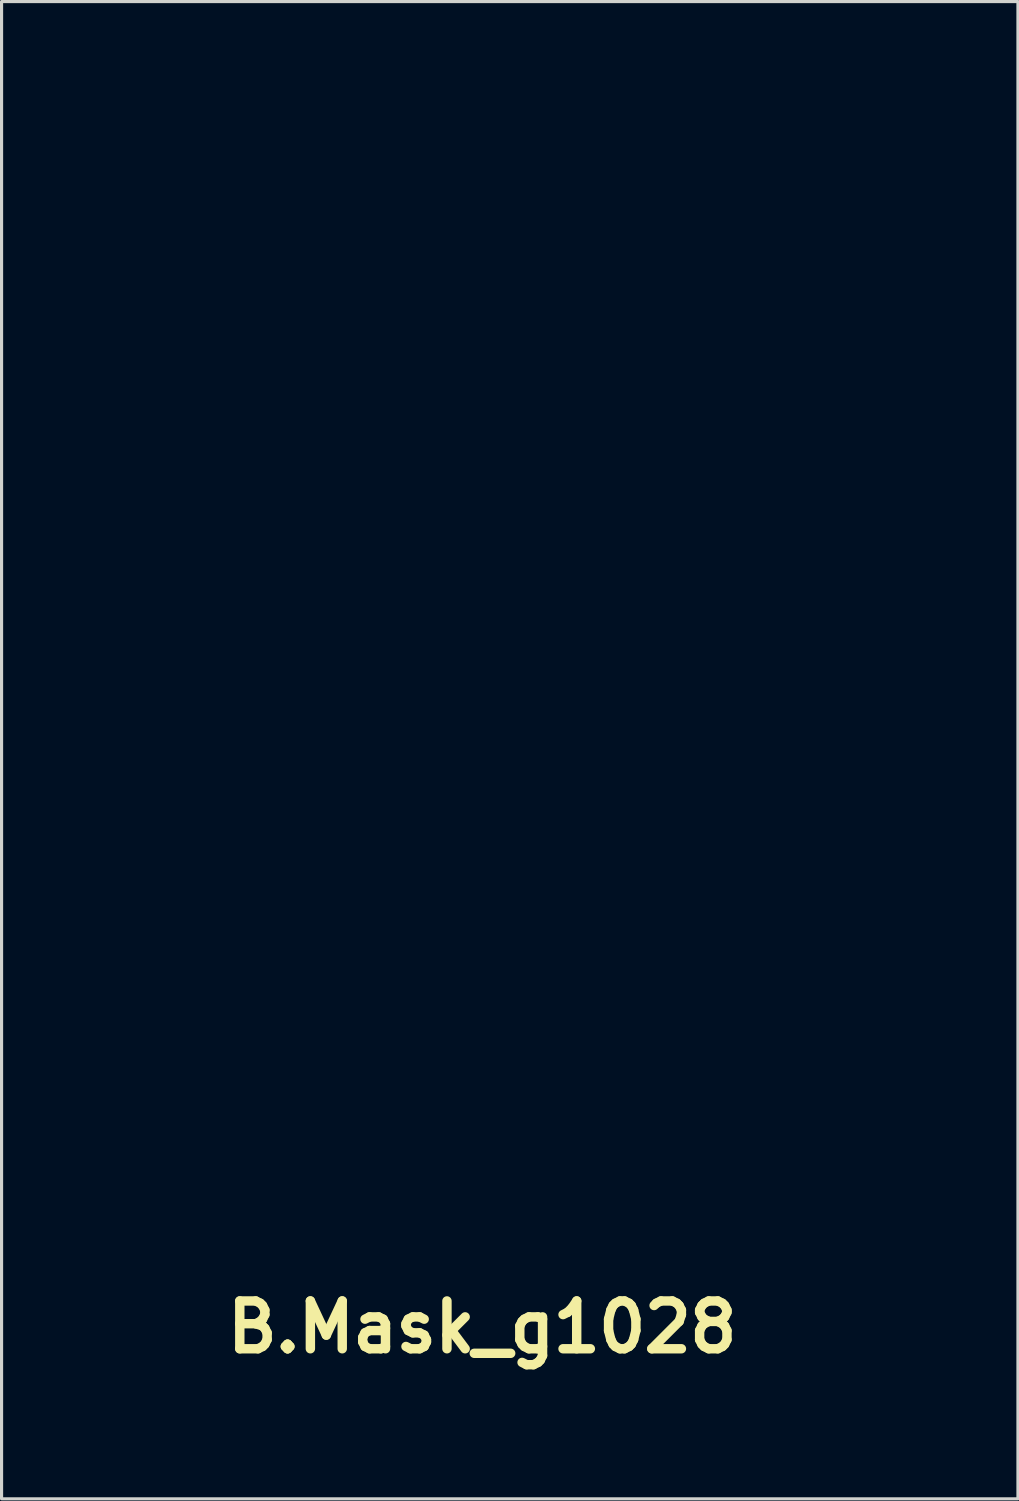
<source format=kicad_pcb>
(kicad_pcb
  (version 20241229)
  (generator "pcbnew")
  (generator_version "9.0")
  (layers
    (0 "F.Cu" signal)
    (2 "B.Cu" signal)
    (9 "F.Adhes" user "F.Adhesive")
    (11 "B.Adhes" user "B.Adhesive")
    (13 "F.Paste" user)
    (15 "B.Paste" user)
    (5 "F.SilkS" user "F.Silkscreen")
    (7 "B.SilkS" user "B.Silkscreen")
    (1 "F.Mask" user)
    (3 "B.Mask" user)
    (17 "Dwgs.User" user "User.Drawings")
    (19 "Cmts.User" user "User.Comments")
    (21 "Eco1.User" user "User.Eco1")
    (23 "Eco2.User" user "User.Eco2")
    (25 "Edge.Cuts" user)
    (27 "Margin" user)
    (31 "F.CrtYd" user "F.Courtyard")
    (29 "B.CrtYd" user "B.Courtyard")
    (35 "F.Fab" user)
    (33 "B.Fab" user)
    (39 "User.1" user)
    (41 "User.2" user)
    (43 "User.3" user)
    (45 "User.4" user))
  (footprint "B.Mask_g1028"
    (layer "F.Cu")
    (at 12.324 39.26)
    (property "Reference" "B.Mask_g1028" (at 0 0 0) (layer "F.SilkS") (effects (font (size 1.524 1.524) (thickness 0.3))))
    (attr through_hole)
    (fp_poly (pts (xy 0.929 -39.249) (xy 0.93 -39.232) (xy 0.933 -39.206) (xy 0.94 -39.139) (xy 0.952 -39.032) (xy 0.968 -38.888) (xy 0.988 -38.707) (xy 1.013 -38.49) (xy 1.041 -38.239) (xy 1.073 -37.956) (xy 1.109 -37.641) (xy 1.148 -37.296) (xy 1.19 -36.922) (xy 1.235 -36.521) (xy 1.284 -36.093) (xy 1.335 -35.641) (xy 1.389 -35.164) (xy 1.446 -34.666) (xy 1.505 -34.146) (xy 1.566 -33.607) (xy 1.629 -33.049) (xy 1.695 -32.474) (xy 1.762 -31.883) (xy 1.83 -31.277) (xy 1.901 -30.659) (xy 1.972 -30.028) (xy 2.045 -29.387) (xy 2.119 -28.737) (xy 2.194 -28.078) (xy 2.27 -27.413) (xy 2.346 -26.742) (xy 2.423 -26.067) (xy 2.5 -25.39) (xy 2.577 -24.711) (xy 2.654 -24.032) (xy 2.732 -23.353) (xy 2.809 -22.678) (xy 2.885 -22.006) (xy 2.961 -21.339) (xy 3.036 -20.678) (xy 3.111 -20.025) (xy 3.184 -19.38) (xy 3.256 -18.747) (xy 3.327 -18.124) (xy 3.397 -17.514) (xy 3.465 -16.919) (xy 3.531 -16.339) (xy 3.595 -15.776) (xy 3.657 -15.23) (xy 3.717 -14.704) (xy 3.775 -14.199) (xy 3.83 -13.716) (xy 3.883 -13.256) (xy 3.932 -12.82) (xy 3.979 -12.41) (xy 4.023 -12.028) (xy 4.064 -11.674) (xy 4.101 -11.349) (xy 4.134 -11.056) (xy 4.164 -10.795) (xy 4.191 -10.568) (xy 4.213 -10.376) (xy 4.231 -10.22) (xy 4.245 -10.102) (xy 4.254 -10.022) (xy 4.259 -9.983) (xy 4.259 -9.979) (xy 4.281 -9.972) (xy 4.341 -9.957) (xy 4.435 -9.933) (xy 4.561 -9.902) (xy 4.716 -9.864) (xy 4.895 -9.82) (xy 5.096 -9.771) (xy 5.316 -9.717) (xy 5.552 -9.661) (xy 5.8 -9.601) (xy 5.813 -9.598) (xy 6.014 -9.55) (xy 6.252 -9.492) (xy 6.524 -9.427) (xy 6.827 -9.354) (xy 7.156 -9.275) (xy 7.507 -9.191) (xy 7.877 -9.102) (xy 8.263 -9.009) (xy 8.66 -8.914) (xy 9.065 -8.817) (xy 9.474 -8.719) (xy 9.883 -8.62) (xy 10.289 -8.523) (xy 10.688 -8.427) (xy 10.71 -8.422) (xy 11.079 -8.333) (xy 11.436 -8.247) (xy 11.78 -8.165) (xy 12.108 -8.085) (xy 12.418 -8.011) (xy 12.709 -7.94) (xy 12.978 -7.876) (xy 13.222 -7.816) (xy 13.44 -7.764) (xy 13.63 -7.718) (xy 13.788 -7.679) (xy 13.914 -7.648) (xy 14.005 -7.626) (xy 14.059 -7.612) (xy 14.074 -7.608) (xy 14.065 -7.595) (xy 14.052 -7.589) (xy 14.026 -7.58) (xy 13.961 -7.558) (xy 13.861 -7.524) (xy 13.727 -7.479) (xy 13.563 -7.424) (xy 13.37 -7.359) (xy 13.151 -7.285) (xy 12.907 -7.204) (xy 12.642 -7.115) (xy 12.358 -7.019) (xy 12.057 -6.918) (xy 11.74 -6.812) (xy 11.412 -6.702) (xy 11.073 -6.589) (xy 10.726 -6.472) (xy 10.374 -6.354) (xy 10.019 -6.235) (xy 9.663 -6.116) (xy 9.308 -5.997) (xy 8.957 -5.88) (xy 8.611 -5.764) (xy 8.275 -5.651) (xy 7.948 -5.542) (xy 7.635 -5.437) (xy 7.578 -5.418) (xy 7.265 -5.313) (xy 6.963 -5.212) (xy 6.675 -5.116) (xy 6.403 -5.024) (xy 6.149 -4.939) (xy 5.916 -4.86) (xy 5.706 -4.789) (xy 5.522 -4.727) (xy 5.366 -4.674) (xy 5.241 -4.631) (xy 5.149 -4.599) (xy 5.092 -4.579) (xy 5.073 -4.572) (xy 5.075 -4.55) (xy 5.082 -4.489) (xy 5.094 -4.392) (xy 5.111 -4.26) (xy 5.133 -4.098) (xy 5.158 -3.906) (xy 5.187 -3.689) (xy 5.22 -3.449) (xy 5.255 -3.188) (xy 5.293 -2.909) (xy 5.333 -2.614) (xy 5.375 -2.307) (xy 5.418 -1.991) (xy 5.462 -1.667) (xy 5.507 -1.338) (xy 5.553 -1.007) (xy 5.598 -0.677) (xy 5.643 -0.351) (xy 5.688 -0.03) (xy 5.731 0.282) (xy 5.773 0.582) (xy 5.813 0.868) (xy 5.851 1.138) (xy 5.886 1.388) (xy 5.918 1.617) (xy 5.947 1.82) (xy 5.972 1.996) (xy 5.993 2.143) (xy 6.01 2.256) (xy 6.022 2.334) (xy 6.025 2.349) (xy 6.037 2.424) (xy 5.974 2.36) (xy 5.954 2.337) (xy 5.908 2.284) (xy 5.838 2.201) (xy 5.745 2.091) (xy 5.631 1.955) (xy 5.496 1.795) (xy 5.343 1.612) (xy 5.172 1.409) (xy 4.986 1.186) (xy 4.785 0.946) (xy 4.571 0.69) (xy 4.345 0.421) (xy 4.109 0.138) (xy 3.864 -0.155) (xy 3.612 -0.457) (xy 3.481 -0.614) (xy 3.223 -0.922) (xy 2.971 -1.224) (xy 2.726 -1.517) (xy 2.49 -1.8) (xy 2.264 -2.07) (xy 2.05 -2.327) (xy 1.848 -2.568) (xy 1.661 -2.791) (xy 1.491 -2.995) (xy 1.338 -3.178) (xy 1.203 -3.339) (xy 1.09 -3.474) (xy 0.998 -3.584) (xy 0.93 -3.665) (xy 0.887 -3.716) (xy 0.877 -3.728) (xy 0.704 -3.932) (xy 0.389 -3.527) (xy 0.299 -3.411) (xy 0.214 -3.304) (xy 0.14 -3.211) (xy 0.081 -3.138) (xy 0.041 -3.09) (xy 0.027 -3.074) (xy 0.006 -3.05) (xy -0.038 -2.995) (xy -0.104 -2.912) (xy -0.188 -2.805) (xy -0.29 -2.677) (xy -0.406 -2.529) (xy -0.534 -2.366) (xy -0.672 -2.19) (xy -0.818 -2.004) (xy -0.969 -1.811) (xy -1.123 -1.614) (xy -1.278 -1.416) (xy -1.431 -1.22) (xy -1.58 -1.029) (xy -1.723 -0.846) (xy -1.857 -0.673) (xy -1.981 -0.514) (xy -2.092 -0.371) (xy -2.187 -0.248) (xy -2.264 -0.148) (xy -2.321 -0.072) (xy -2.357 -0.025) (xy -2.363 -0.016) (xy -2.389 0.019) (xy -2.438 0.083) (xy -2.507 0.173) (xy -2.593 0.286) (xy -2.695 0.417) (xy -2.81 0.565) (xy -2.934 0.725) (xy -3.065 0.895) (xy -3.202 1.07) (xy -3.341 1.249) (xy -3.479 1.426) (xy -3.614 1.6) (xy -3.744 1.766) (xy -3.865 1.921) (xy -3.976 2.063) (xy -4.074 2.187) (xy -4.156 2.291) (xy -4.219 2.37) (xy -4.261 2.423) (xy -4.279 2.444) (xy -4.307 2.468) (xy -4.318 2.465) (xy -4.316 2.437) (xy -4.309 2.372) (xy -4.298 2.274) (xy -4.284 2.148) (xy -4.267 1.999) (xy -4.248 1.83) (xy -4.227 1.647) (xy -4.205 1.454) (xy -4.182 1.256) (xy -4.159 1.057) (xy -4.137 0.862) (xy -4.115 0.676) (xy -4.095 0.503) (xy -4.076 0.347) (xy -4.061 0.214) (xy -4.048 0.107) (xy -4.038 0.032) (xy -4.033 -0.007) (xy -4.032 -0.011) (xy -4.028 -0.039) (xy -4.02 -0.106) (xy -4.007 -0.207) (xy -3.992 -0.34) (xy -3.973 -0.502) (xy -3.951 -0.688) (xy -3.927 -0.896) (xy -3.901 -1.122) (xy -3.874 -1.364) (xy -3.845 -1.617) (xy -3.816 -1.879) (xy -3.786 -2.146) (xy -3.755 -2.415) (xy -3.726 -2.682) (xy -3.696 -2.944) (xy -3.668 -3.199) (xy -3.641 -3.442) (xy -3.616 -3.67) (xy -3.593 -3.881) (xy -3.572 -4.07) (xy -3.554 -4.235) (xy -3.54 -4.372) (xy -3.529 -4.478) (xy -3.522 -4.549) (xy -3.519 -4.582) (xy -3.519 -4.585) (xy -3.54 -4.592) (xy -3.598 -4.613) (xy -3.694 -4.645) (xy -3.823 -4.69) (xy -3.986 -4.746) (xy -4.18 -4.812) (xy -4.402 -4.889) (xy -4.652 -4.974) (xy -4.928 -5.069) (xy -5.227 -5.171) (xy -5.549 -5.281) (xy -5.89 -5.397) (xy -6.249 -5.52) (xy -6.625 -5.648) (xy -7.016 -5.781) (xy -7.419 -5.919) (xy -7.834 -6.06) (xy -7.907 -6.085) (xy -8.324 -6.227) (xy -8.73 -6.365) (xy -9.123 -6.5) (xy -9.503 -6.629) (xy -9.866 -6.753) (xy -10.212 -6.871) (xy -10.538 -6.982) (xy -10.843 -7.086) (xy -11.124 -7.182) (xy -11.381 -7.27) (xy -11.61 -7.348) (xy -11.811 -7.417) (xy -11.981 -7.475) (xy -12.118 -7.522) (xy -12.222 -7.557) (xy -12.289 -7.58) (xy -12.318 -7.591) (xy -12.319 -7.591) (xy -12.314 -7.594) (xy -12.293 -7.602) (xy -12.253 -7.614) (xy -12.194 -7.631) (xy -12.115 -7.652) (xy -12.014 -7.679) (xy -11.892 -7.711) (xy -11.746 -7.748) (xy -11.575 -7.792) (xy -11.38 -7.842) (xy -11.158 -7.898) (xy -10.909 -7.961) (xy -10.632 -8.031) (xy -10.325 -8.108) (xy -9.988 -8.192) (xy -9.619 -8.285) (xy -9.218 -8.385) (xy -8.783 -8.493) (xy -8.314 -8.61) (xy -7.81 -8.736) (xy -7.269 -8.871) (xy -6.69 -9.015) (xy -6.073 -9.168) (xy -5.416 -9.332) (xy -5.096 -9.411) (xy -2.9 -9.957) (xy -2.889 -10.021) (xy -2.886 -10.047) (xy -2.877 -10.114) (xy -2.863 -10.219) (xy -2.844 -10.363) (xy -2.821 -10.543) (xy -2.793 -10.758) (xy -2.76 -11.006) (xy -2.724 -11.288) (xy -2.683 -11.6) (xy -2.639 -11.941) (xy -2.59 -12.311) (xy -2.539 -12.708) (xy -2.484 -13.13) (xy -2.426 -13.577) (xy -2.365 -14.046) (xy -2.301 -14.536) (xy -2.235 -15.046) (xy -2.166 -15.575) (xy -2.095 -16.122) (xy -2.022 -16.684) (xy -1.947 -17.26) (xy -1.87 -17.85) (xy -1.792 -18.451) (xy -1.713 -19.063) (xy -1.632 -19.683) (xy -1.551 -20.311) (xy -1.468 -20.946) (xy -1.385 -21.585) (xy -1.302 -22.228) (xy -1.218 -22.872) (xy -1.135 -23.518) (xy -1.051 -24.163) (xy -0.967 -24.805) (xy -0.884 -25.445) (xy -0.802 -26.079) (xy -0.721 -26.708) (xy -0.64 -27.329) (xy -0.561 -27.94) (xy -0.483 -28.542) (xy -0.406 -29.132) (xy -0.331 -29.709) (xy -0.258 -30.271) (xy -0.188 -30.818) (xy -0.119 -31.347) (xy -0.053 -31.858) (xy 0.011 -32.349) (xy 0.072 -32.819) (xy 0.13 -33.266) (xy 0.184 -33.689) (xy 0.236 -34.086) (xy 0.284 -34.457) (xy 0.328 -34.8) (xy 0.369 -35.112) (xy 0.405 -35.394) (xy 0.437 -35.644) (xy 0.444 -35.698) (xy 0.493 -36.077) (xy 0.541 -36.445) (xy 0.587 -36.8) (xy 0.631 -37.14) (xy 0.673 -37.462) (xy 0.713 -37.764) (xy 0.75 -38.045) (xy 0.784 -38.3) (xy 0.814 -38.53) (xy 0.841 -38.73) (xy 0.864 -38.899) (xy 0.882 -39.036) (xy 0.897 -39.136) (xy 0.906 -39.199) (xy 0.91 -39.222) (xy 0.923 -39.255) (xy 0.929 -39.249)) (stroke (width 0.01) (type solid)) (fill yes) (layer "B.Mask")))
  (gr_rect
    (start -3 -3)
    (end 29.403 44.733)
    (stroke (width 0.1) (type default))
    (fill no)
    (layer "Edge.Cuts")))
</source>
